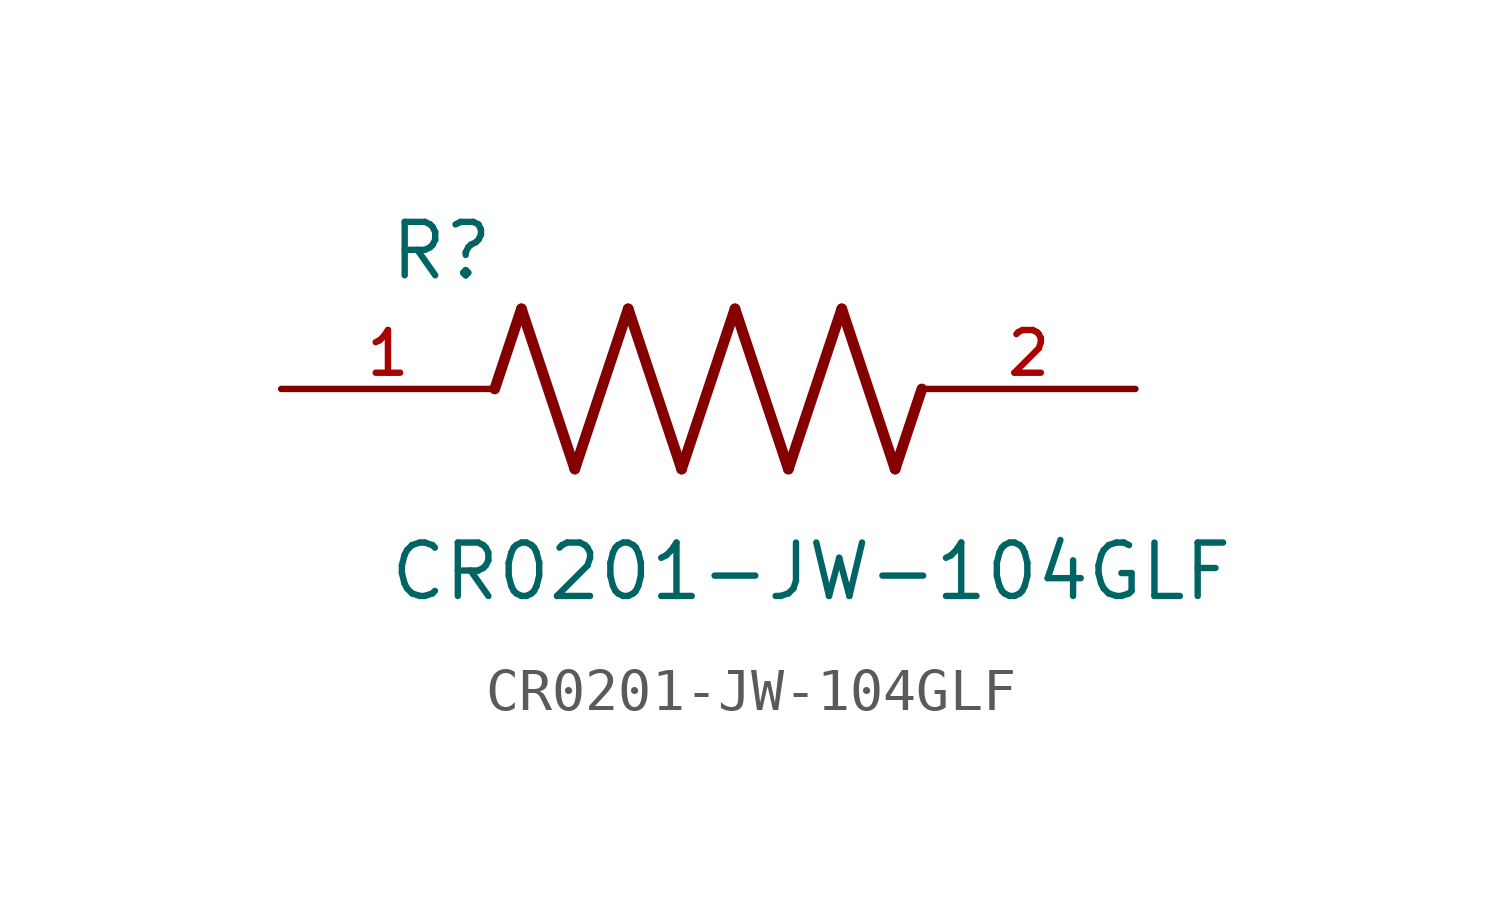
<source format=kicad_sym>
(kicad_symbol_lib
  (version 20211014)
  (generator kicad_symbol_editor)
  (symbol "CR0201-JW-104GLF"
    (pin_names
      (offset 1.016))
    (property "Reference" "R"
      (at -7.624 2.541 0)
      (effects (font (size 1.27 1.27)) (justify bottom left)))
    (property "Value" "CR0201-JW-104GLF"
      (at -7.63 -5.087 0)
      (effects (font (size 1.27 1.27)) (justify bottom left)))
    (symbol "CR0201-JW-104GLF_0_0"
      (polyline (pts (xy -5.08 0.0) (xy -4.445 1.905)) (stroke (width 0.254)))
      (polyline (pts (xy -4.445 1.905) (xy -3.175 -1.905)) (stroke (width 0.254)))
      (polyline (pts (xy -3.175 -1.905) (xy -1.905 1.905)) (stroke (width 0.254)))
      (polyline (pts (xy -1.905 1.905) (xy -0.635 -1.905)) (stroke (width 0.254)))
      (polyline (pts (xy -0.635 -1.905) (xy 0.635 1.905)) (stroke (width 0.254)))
      (polyline (pts (xy 0.635 1.905) (xy 1.905 -1.905)) (stroke (width 0.254)))
      (polyline (pts (xy 1.905 -1.905) (xy 3.175 1.905)) (stroke (width 0.254)))
      (polyline (pts (xy 3.175 1.905) (xy 4.445 -1.905)) (stroke (width 0.254)))
      (polyline (pts (xy 4.445 -1.905) (xy 5.08 0.0)) (stroke (width 0.254)))
      (pin passive line (at -10.16 0.0 0) (length 5.08) (name "~" (effects (font (size 1.016 1.016)))) (number "1" (effects (font (size 1.016 1.016)))))
      (pin passive line (at 10.16 0.0 180.0) (length 5.08) (name "~" (effects (font (size 1.016 1.016)))) (number "2" (effects (font (size 1.016 1.016))))))))
</source>
